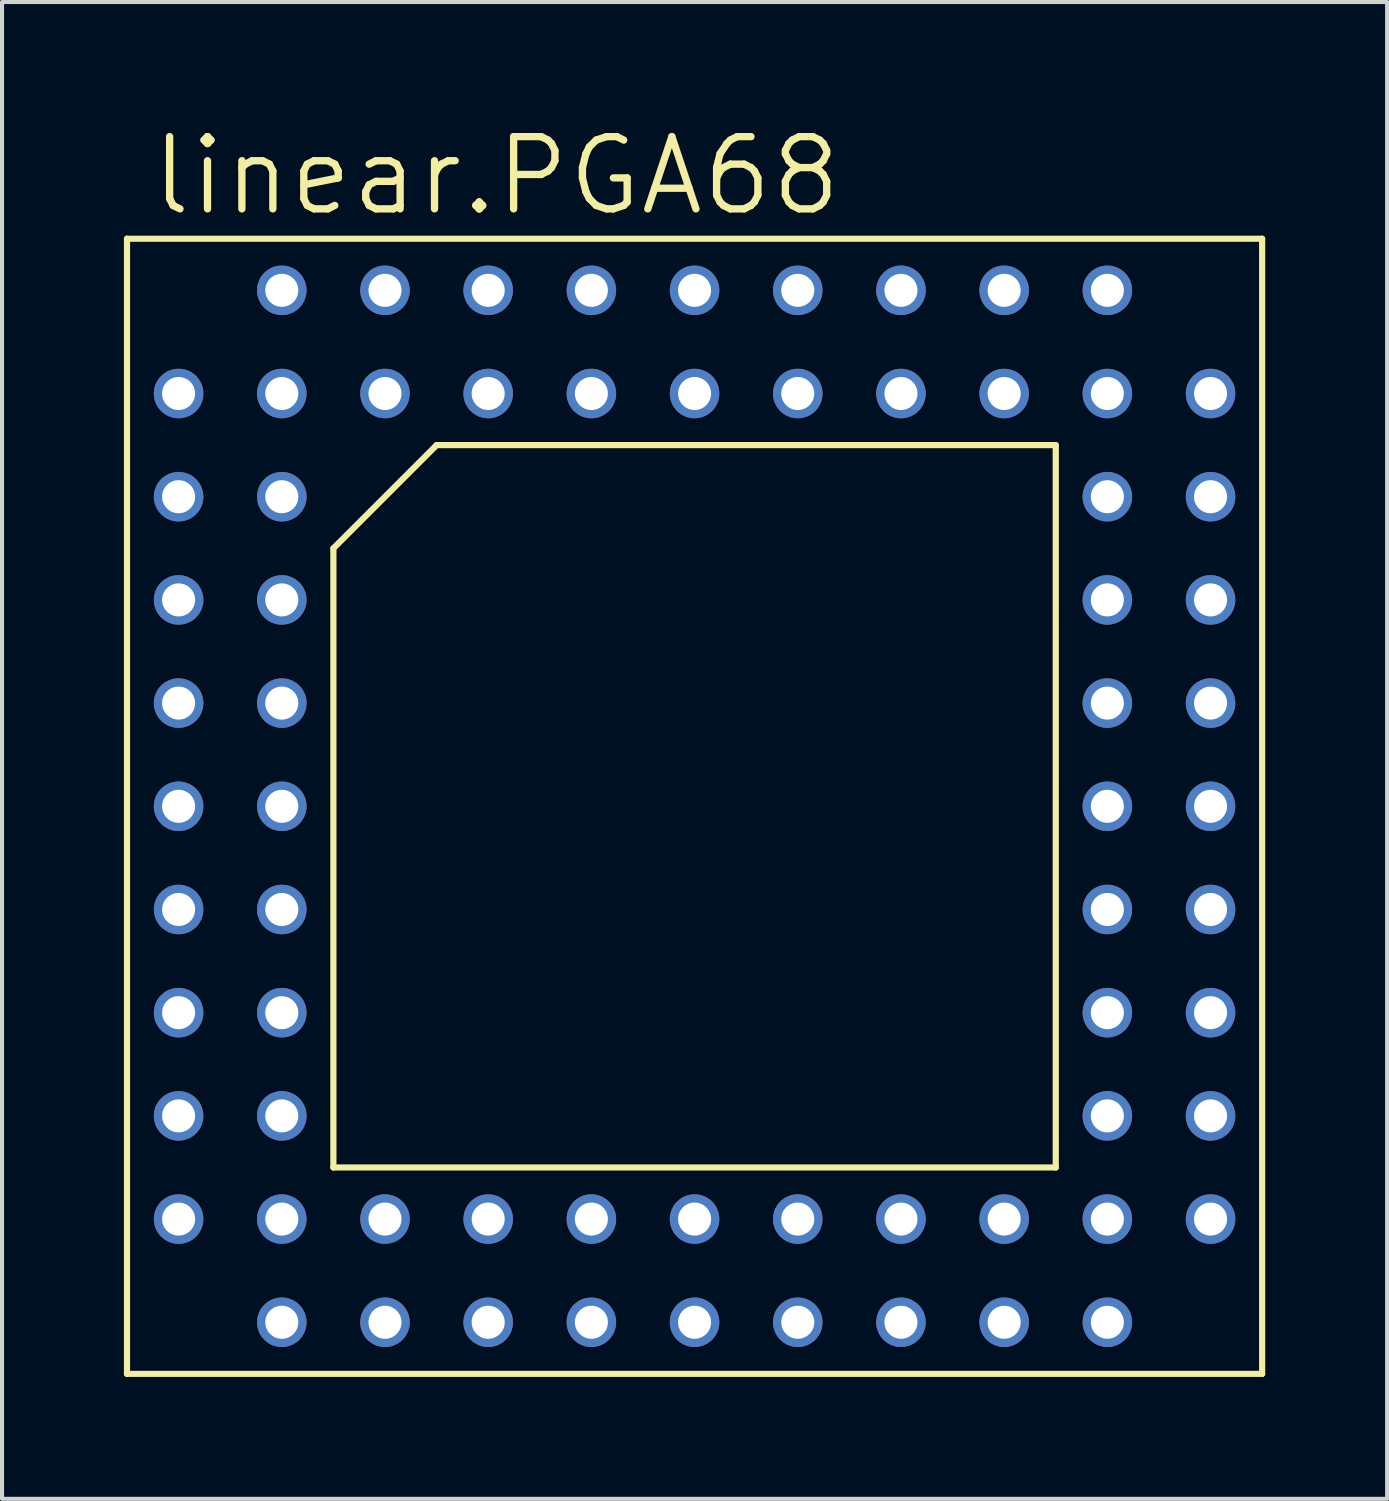
<source format=kicad_pcb>
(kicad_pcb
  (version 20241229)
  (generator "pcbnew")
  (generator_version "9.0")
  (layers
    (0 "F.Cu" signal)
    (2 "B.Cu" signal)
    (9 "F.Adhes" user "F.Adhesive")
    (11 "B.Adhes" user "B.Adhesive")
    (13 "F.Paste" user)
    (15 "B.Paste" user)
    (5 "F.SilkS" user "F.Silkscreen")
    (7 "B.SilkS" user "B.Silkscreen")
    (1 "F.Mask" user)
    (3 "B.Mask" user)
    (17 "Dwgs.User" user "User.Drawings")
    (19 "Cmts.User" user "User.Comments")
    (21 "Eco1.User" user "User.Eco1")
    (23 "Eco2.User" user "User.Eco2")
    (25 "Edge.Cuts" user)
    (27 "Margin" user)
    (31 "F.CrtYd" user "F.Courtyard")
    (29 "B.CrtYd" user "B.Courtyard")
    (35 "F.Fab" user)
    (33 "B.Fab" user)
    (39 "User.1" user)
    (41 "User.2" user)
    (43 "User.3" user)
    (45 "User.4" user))
  (footprint "linear.PGA68"
    (layer "F.Cu")
    (at 14.046 16.796)
    (property "Reference" "linear.PGA68" (at -13.462 -14.478 0) (layer "F.SilkS") (effects (font (size 1.778 1.778) (thickness 0.18)) (justify left bottom)))
    (attr through_hole)
    (fp_line (start -13.97 -13.97) (end -13.97 13.97) (stroke (width 0.152) (type default)) (layer "F.SilkS"))
    (fp_line (start -13.97 -13.97) (end 13.97 -13.97) (stroke (width 0.152) (type default)) (layer "F.SilkS"))
    (fp_line (start -8.89 8.89) (end -8.89 -6.35) (stroke (width 0.152) (type default)) (layer "F.SilkS"))
    (fp_line (start -8.89 8.89) (end 8.89 8.89) (stroke (width 0.152) (type default)) (layer "F.SilkS"))
    (fp_line (start -6.35 -8.89) (end -8.89 -6.35) (stroke (width 0.152) (type default)) (layer "F.SilkS"))
    (fp_line (start -6.35 -8.89) (end 8.89 -8.89) (stroke (width 0.152) (type default)) (layer "F.SilkS"))
    (fp_line (start 8.89 8.89) (end 8.89 -8.89) (stroke (width 0.152) (type default)) (layer "F.SilkS"))
    (fp_line (start 13.97 -13.97) (end 13.97 13.97) (stroke (width 0.152) (type default)) (layer "F.SilkS"))
    (fp_line (start 13.97 13.97) (end -13.97 13.97) (stroke (width 0.152) (type default)) (layer "F.SilkS"))
    (pad "1" thru_hole circle (at -10.16 -12.7) (size 1.219 1.219) (drill 0.813) (layers "*.Cu" "*.Mask"))
    (pad "2" thru_hole circle (at -7.62 -12.7) (size 1.219 1.219) (drill 0.813) (layers "*.Cu" "*.Mask"))
    (pad "3" thru_hole circle (at -7.62 -10.16) (size 1.219 1.219) (drill 0.813) (layers "*.Cu" "*.Mask"))
    (pad "4" thru_hole circle (at -5.08 -12.7) (size 1.219 1.219) (drill 0.813) (layers "*.Cu" "*.Mask"))
    (pad "5" thru_hole circle (at -5.08 -10.16) (size 1.219 1.219) (drill 0.813) (layers "*.Cu" "*.Mask"))
    (pad "6" thru_hole circle (at -2.54 -12.7) (size 1.219 1.219) (drill 0.813) (layers "*.Cu" "*.Mask"))
    (pad "7" thru_hole circle (at -2.54 -10.16) (size 1.219 1.219) (drill 0.813) (layers "*.Cu" "*.Mask"))
    (pad "8" thru_hole circle (at 0 -12.7) (size 1.219 1.219) (drill 0.813) (layers "*.Cu" "*.Mask"))
    (pad "9" thru_hole circle (at 0 -10.16) (size 1.219 1.219) (drill 0.813) (layers "*.Cu" "*.Mask"))
    (pad "10" thru_hole circle (at 2.54 -12.7) (size 1.219 1.219) (drill 0.813) (layers "*.Cu" "*.Mask"))
    (pad "11" thru_hole circle (at 2.54 -10.16) (size 1.219 1.219) (drill 0.813) (layers "*.Cu" "*.Mask"))
    (pad "12" thru_hole circle (at 5.08 -12.7) (size 1.219 1.219) (drill 0.813) (layers "*.Cu" "*.Mask"))
    (pad "13" thru_hole circle (at 5.08 -10.16) (size 1.219 1.219) (drill 0.813) (layers "*.Cu" "*.Mask"))
    (pad "14" thru_hole circle (at 7.62 -12.7) (size 1.219 1.219) (drill 0.813) (layers "*.Cu" "*.Mask"))
    (pad "15" thru_hole circle (at 7.62 -10.16) (size 1.219 1.219) (drill 0.813) (layers "*.Cu" "*.Mask"))
    (pad "16" thru_hole circle (at 10.16 -12.7) (size 1.219 1.219) (drill 0.813) (layers "*.Cu" "*.Mask"))
    (pad "17" thru_hole circle (at 10.16 -10.16) (size 1.219 1.219) (drill 0.813) (layers "*.Cu" "*.Mask"))
    (pad "18" thru_hole circle (at 12.7 -10.16) (size 1.219 1.219) (drill 0.813) (layers "*.Cu" "*.Mask"))
    (pad "19" thru_hole circle (at 12.7 -7.62) (size 1.219 1.219) (drill 0.813) (layers "*.Cu" "*.Mask"))
    (pad "20" thru_hole circle (at 10.16 -7.62) (size 1.219 1.219) (drill 0.813) (layers "*.Cu" "*.Mask"))
    (pad "21" thru_hole circle (at 12.7 -5.08) (size 1.219 1.219) (drill 0.813) (layers "*.Cu" "*.Mask"))
    (pad "22" thru_hole circle (at 10.16 -5.08) (size 1.219 1.219) (drill 0.813) (layers "*.Cu" "*.Mask"))
    (pad "23" thru_hole circle (at 12.7 -2.54) (size 1.219 1.219) (drill 0.813) (layers "*.Cu" "*.Mask"))
    (pad "24" thru_hole circle (at 10.16 -2.54) (size 1.219 1.219) (drill 0.813) (layers "*.Cu" "*.Mask"))
    (pad "25" thru_hole circle (at 12.7 0) (size 1.219 1.219) (drill 0.813) (layers "*.Cu" "*.Mask"))
    (pad "26" thru_hole circle (at 10.16 0) (size 1.219 1.219) (drill 0.813) (layers "*.Cu" "*.Mask"))
    (pad "27" thru_hole circle (at 12.7 2.54) (size 1.219 1.219) (drill 0.813) (layers "*.Cu" "*.Mask"))
    (pad "28" thru_hole circle (at 10.16 2.54) (size 1.219 1.219) (drill 0.813) (layers "*.Cu" "*.Mask"))
    (pad "29" thru_hole circle (at 12.7 5.08) (size 1.219 1.219) (drill 0.813) (layers "*.Cu" "*.Mask"))
    (pad "30" thru_hole circle (at 10.16 5.08) (size 1.219 1.219) (drill 0.813) (layers "*.Cu" "*.Mask"))
    (pad "31" thru_hole circle (at 12.7 7.62) (size 1.219 1.219) (drill 0.813) (layers "*.Cu" "*.Mask"))
    (pad "32" thru_hole circle (at 10.16 7.62) (size 1.219 1.219) (drill 0.813) (layers "*.Cu" "*.Mask"))
    (pad "33" thru_hole circle (at 12.7 10.16) (size 1.219 1.219) (drill 0.813) (layers "*.Cu" "*.Mask"))
    (pad "34" thru_hole circle (at 10.16 10.16) (size 1.219 1.219) (drill 0.813) (layers "*.Cu" "*.Mask"))
    (pad "35" thru_hole circle (at 10.16 12.7) (size 1.219 1.219) (drill 0.813) (layers "*.Cu" "*.Mask"))
    (pad "36" thru_hole circle (at 7.62 12.7) (size 1.219 1.219) (drill 0.813) (layers "*.Cu" "*.Mask"))
    (pad "37" thru_hole circle (at 7.62 10.16) (size 1.219 1.219) (drill 0.813) (layers "*.Cu" "*.Mask"))
    (pad "38" thru_hole circle (at 5.08 12.7) (size 1.219 1.219) (drill 0.813) (layers "*.Cu" "*.Mask"))
    (pad "39" thru_hole circle (at 5.08 10.16) (size 1.219 1.219) (drill 0.813) (layers "*.Cu" "*.Mask"))
    (pad "40" thru_hole circle (at 2.54 12.7) (size 1.219 1.219) (drill 0.813) (layers "*.Cu" "*.Mask"))
    (pad "41" thru_hole circle (at 2.54 10.16) (size 1.219 1.219) (drill 0.813) (layers "*.Cu" "*.Mask"))
    (pad "42" thru_hole circle (at 0 12.7) (size 1.219 1.219) (drill 0.813) (layers "*.Cu" "*.Mask"))
    (pad "43" thru_hole circle (at 0 10.16) (size 1.219 1.219) (drill 0.813) (layers "*.Cu" "*.Mask"))
    (pad "44" thru_hole circle (at -2.54 12.7) (size 1.219 1.219) (drill 0.813) (layers "*.Cu" "*.Mask"))
    (pad "45" thru_hole circle (at -2.54 10.16) (size 1.219 1.219) (drill 0.813) (layers "*.Cu" "*.Mask"))
    (pad "46" thru_hole circle (at -5.08 12.7) (size 1.219 1.219) (drill 0.813) (layers "*.Cu" "*.Mask"))
    (pad "47" thru_hole circle (at -5.08 10.16) (size 1.219 1.219) (drill 0.813) (layers "*.Cu" "*.Mask"))
    (pad "48" thru_hole circle (at -7.62 12.7) (size 1.219 1.219) (drill 0.813) (layers "*.Cu" "*.Mask"))
    (pad "49" thru_hole circle (at -7.62 10.16) (size 1.219 1.219) (drill 0.813) (layers "*.Cu" "*.Mask"))
    (pad "50" thru_hole circle (at -10.16 12.7) (size 1.219 1.219) (drill 0.813) (layers "*.Cu" "*.Mask"))
    (pad "51" thru_hole circle (at -10.16 10.16) (size 1.219 1.219) (drill 0.813) (layers "*.Cu" "*.Mask"))
    (pad "52" thru_hole circle (at -12.7 10.16) (size 1.219 1.219) (drill 0.813) (layers "*.Cu" "*.Mask"))
    (pad "53" thru_hole circle (at -12.7 7.62) (size 1.219 1.219) (drill 0.813) (layers "*.Cu" "*.Mask"))
    (pad "54" thru_hole circle (at -10.16 7.62) (size 1.219 1.219) (drill 0.813) (layers "*.Cu" "*.Mask"))
    (pad "55" thru_hole circle (at -12.7 5.08) (size 1.219 1.219) (drill 0.813) (layers "*.Cu" "*.Mask"))
    (pad "56" thru_hole circle (at -10.16 5.08) (size 1.219 1.219) (drill 0.813) (layers "*.Cu" "*.Mask"))
    (pad "57" thru_hole circle (at -12.7 2.54) (size 1.219 1.219) (drill 0.813) (layers "*.Cu" "*.Mask"))
    (pad "58" thru_hole circle (at -10.16 2.54) (size 1.219 1.219) (drill 0.813) (layers "*.Cu" "*.Mask"))
    (pad "59" thru_hole circle (at -12.7 0) (size 1.219 1.219) (drill 0.813) (layers "*.Cu" "*.Mask"))
    (pad "60" thru_hole circle (at -10.16 0) (size 1.219 1.219) (drill 0.813) (layers "*.Cu" "*.Mask"))
    (pad "61" thru_hole circle (at -12.7 -2.54) (size 1.219 1.219) (drill 0.813) (layers "*.Cu" "*.Mask"))
    (pad "62" thru_hole circle (at -10.16 -2.54) (size 1.219 1.219) (drill 0.813) (layers "*.Cu" "*.Mask"))
    (pad "63" thru_hole circle (at -12.7 -5.08) (size 1.219 1.219) (drill 0.813) (layers "*.Cu" "*.Mask"))
    (pad "64" thru_hole circle (at -10.16 -5.08) (size 1.219 1.219) (drill 0.813) (layers "*.Cu" "*.Mask"))
    (pad "65" thru_hole circle (at -12.7 -7.62) (size 1.219 1.219) (drill 0.813) (layers "*.Cu" "*.Mask"))
    (pad "66" thru_hole circle (at -10.16 -7.62) (size 1.219 1.219) (drill 0.813) (layers "*.Cu" "*.Mask"))
    (pad "67" thru_hole circle (at -12.7 -10.16) (size 1.219 1.219) (drill 0.813) (layers "*.Cu" "*.Mask"))
    (pad "68" thru_hole circle (at -10.16 -10.16) (size 1.219 1.219) (drill 0.813) (layers "*.Cu" "*.Mask")))
  (gr_rect
    (start -3 -3)
    (end 31.092 33.842)
    (stroke (width 0.1) (type default))
    (fill no)
    (layer "Edge.Cuts")))
</source>
